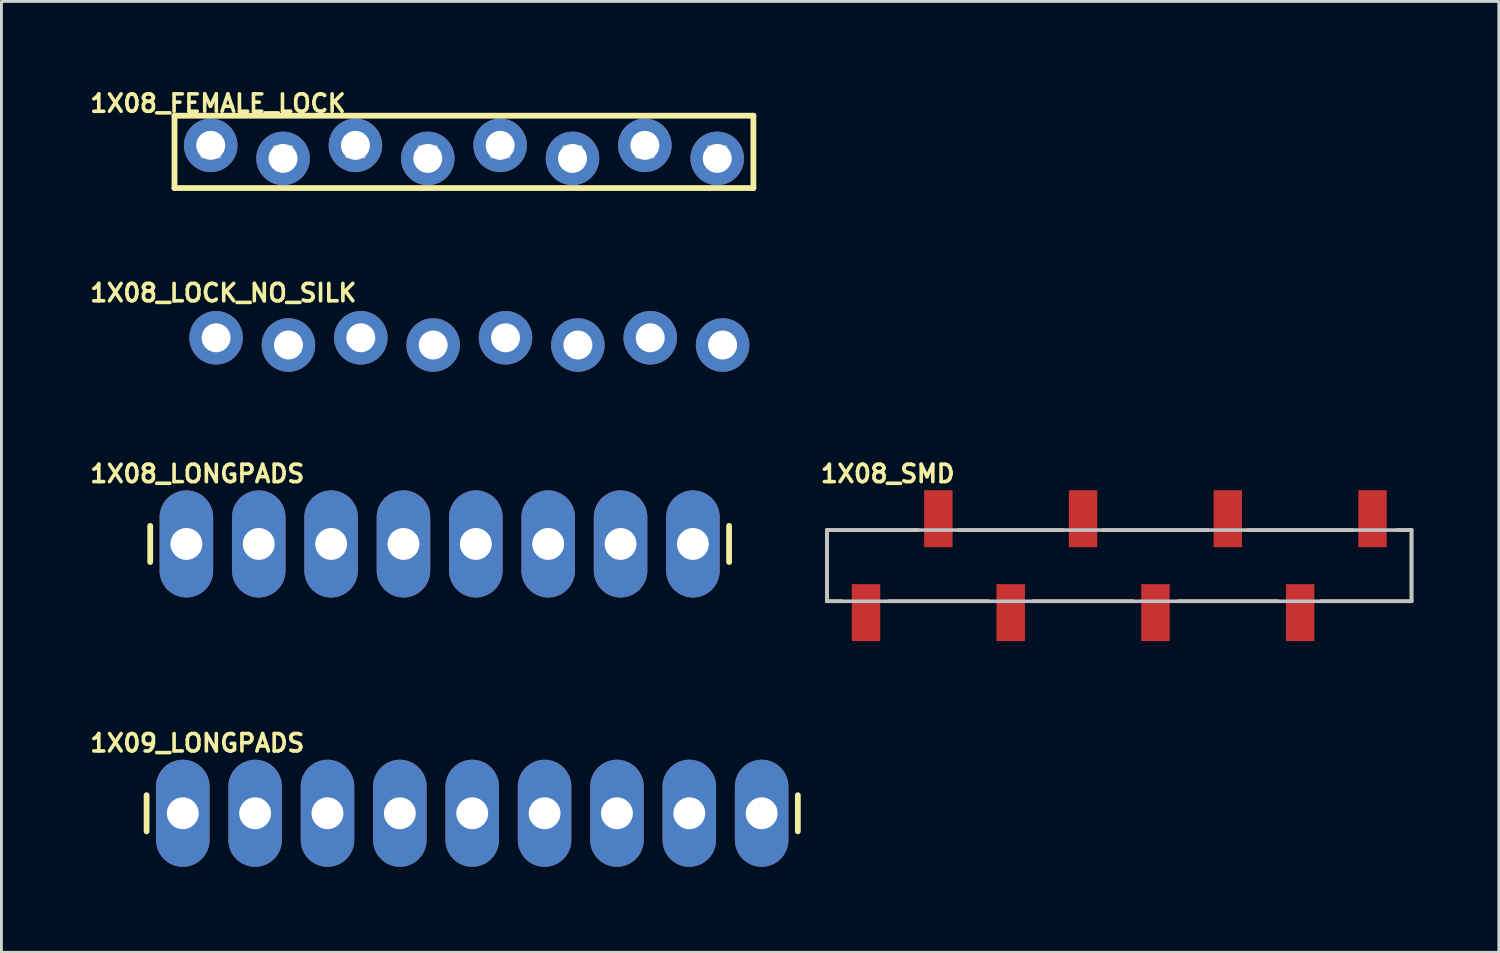
<source format=kicad_pcb>
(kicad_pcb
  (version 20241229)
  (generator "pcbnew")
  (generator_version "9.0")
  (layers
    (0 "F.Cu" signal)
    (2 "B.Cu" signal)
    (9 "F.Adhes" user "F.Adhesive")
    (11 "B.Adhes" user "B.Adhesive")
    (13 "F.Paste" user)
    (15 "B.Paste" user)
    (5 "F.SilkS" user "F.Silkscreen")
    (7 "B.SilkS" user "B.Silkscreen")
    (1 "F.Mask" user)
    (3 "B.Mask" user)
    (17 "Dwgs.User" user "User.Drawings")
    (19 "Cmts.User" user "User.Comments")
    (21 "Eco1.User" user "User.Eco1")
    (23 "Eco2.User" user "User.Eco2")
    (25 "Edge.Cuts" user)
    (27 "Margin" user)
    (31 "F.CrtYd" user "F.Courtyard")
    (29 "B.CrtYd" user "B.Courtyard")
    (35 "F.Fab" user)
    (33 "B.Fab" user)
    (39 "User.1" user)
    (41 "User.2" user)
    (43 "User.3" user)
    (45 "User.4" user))
  (footprint "1X08_FEMALE_LOCK"
    (layer "F.Cu")
    (at 4.346 2.281)
    (property "Reference" "1X08_FEMALE_LOCK" (at 0.254 -1.702 0) (layer "F.SilkS") (effects (font (size 0.61 0.61) (thickness 0.127))))
    (attr exclude_from_pos_files exclude_from_bom)
    (fp_line (start -1.27 -1.27) (end -1.27 1.27) (stroke (width 0.203) (type solid)) (layer "F.SilkS"))
    (fp_line (start -1.27 -1.27) (end 19.05 -1.27) (stroke (width 0.203) (type solid)) (layer "F.SilkS"))
    (fp_line (start 19.05 -1.27) (end 19.05 1.27) (stroke (width 0.203) (type solid)) (layer "F.SilkS"))
    (fp_line (start 19.05 1.27) (end -1.27 1.27) (stroke (width 0.203) (type solid)) (layer "F.SilkS"))
    (fp_line (start -0.318 -0.191) (end 0.318 -0.191) (stroke (width 0.066) (type solid)) (layer "Dwgs.User"))
    (fp_line (start -0.318 0.191) (end -0.318 -0.191) (stroke (width 0.066) (type solid)) (layer "Dwgs.User"))
    (fp_line (start -0.318 0.191) (end 0.318 0.191) (stroke (width 0.066) (type solid)) (layer "Dwgs.User"))
    (fp_line (start 0.318 0.191) (end 0.318 -0.191) (stroke (width 0.066) (type solid)) (layer "Dwgs.User"))
    (fp_line (start 2.223 -0.191) (end 2.857 -0.191) (stroke (width 0.066) (type solid)) (layer "Dwgs.User"))
    (fp_line (start 2.223 0.191) (end 2.223 -0.191) (stroke (width 0.066) (type solid)) (layer "Dwgs.User"))
    (fp_line (start 2.223 0.191) (end 2.857 0.191) (stroke (width 0.066) (type solid)) (layer "Dwgs.User"))
    (fp_line (start 2.857 0.191) (end 2.857 -0.191) (stroke (width 0.066) (type solid)) (layer "Dwgs.User"))
    (fp_line (start 4.763 -0.191) (end 5.397 -0.191) (stroke (width 0.066) (type solid)) (layer "Dwgs.User"))
    (fp_line (start 4.763 0.191) (end 4.763 -0.191) (stroke (width 0.066) (type solid)) (layer "Dwgs.User"))
    (fp_line (start 4.763 0.191) (end 5.397 0.191) (stroke (width 0.066) (type solid)) (layer "Dwgs.User"))
    (fp_line (start 5.397 0.191) (end 5.397 -0.191) (stroke (width 0.066) (type solid)) (layer "Dwgs.User"))
    (fp_line (start 7.303 -0.191) (end 7.938 -0.191) (stroke (width 0.066) (type solid)) (layer "Dwgs.User"))
    (fp_line (start 7.303 0.191) (end 7.303 -0.191) (stroke (width 0.066) (type solid)) (layer "Dwgs.User"))
    (fp_line (start 7.303 0.191) (end 7.938 0.191) (stroke (width 0.066) (type solid)) (layer "Dwgs.User"))
    (fp_line (start 7.938 0.191) (end 7.938 -0.191) (stroke (width 0.066) (type solid)) (layer "Dwgs.User"))
    (fp_line (start 9.842 -0.191) (end 10.477 -0.191) (stroke (width 0.066) (type solid)) (layer "Dwgs.User"))
    (fp_line (start 9.842 0.191) (end 9.842 -0.191) (stroke (width 0.066) (type solid)) (layer "Dwgs.User"))
    (fp_line (start 9.842 0.191) (end 10.477 0.191) (stroke (width 0.066) (type solid)) (layer "Dwgs.User"))
    (fp_line (start 10.477 0.191) (end 10.477 -0.191) (stroke (width 0.066) (type solid)) (layer "Dwgs.User"))
    (fp_line (start 12.383 -0.191) (end 13.018 -0.191) (stroke (width 0.066) (type solid)) (layer "Dwgs.User"))
    (fp_line (start 12.383 0.191) (end 12.383 -0.191) (stroke (width 0.066) (type solid)) (layer "Dwgs.User"))
    (fp_line (start 12.383 0.191) (end 13.018 0.191) (stroke (width 0.066) (type solid)) (layer "Dwgs.User"))
    (fp_line (start 13.018 0.191) (end 13.018 -0.191) (stroke (width 0.066) (type solid)) (layer "Dwgs.User"))
    (fp_line (start 14.922 -0.191) (end 15.557 -0.191) (stroke (width 0.066) (type solid)) (layer "Dwgs.User"))
    (fp_line (start 14.922 0.191) (end 14.922 -0.191) (stroke (width 0.066) (type solid)) (layer "Dwgs.User"))
    (fp_line (start 14.922 0.191) (end 15.557 0.191) (stroke (width 0.066) (type solid)) (layer "Dwgs.User"))
    (fp_line (start 15.557 0.191) (end 15.557 -0.191) (stroke (width 0.066) (type solid)) (layer "Dwgs.User"))
    (fp_line (start 17.462 -0.191) (end 18.098 -0.191) (stroke (width 0.066) (type solid)) (layer "Dwgs.User"))
    (fp_line (start 17.462 0.191) (end 17.462 -0.191) (stroke (width 0.066) (type solid)) (layer "Dwgs.User"))
    (fp_line (start 17.462 0.191) (end 18.098 0.191) (stroke (width 0.066) (type solid)) (layer "Dwgs.User"))
    (fp_line (start 18.098 0.191) (end 18.098 -0.191) (stroke (width 0.066) (type solid)) (layer "Dwgs.User"))
    (pad "1" thru_hole circle (at 0 -0.229) (size 1.88 1.88) (drill 1.016) (layers "*.Cu" "*.Paste" "*.Mask"))
    (pad "2" thru_hole circle (at 2.54 0.229) (size 1.88 1.88) (drill 1.016) (layers "*.Cu" "*.Paste" "*.Mask"))
    (pad "3" thru_hole circle (at 5.08 -0.229) (size 1.88 1.88) (drill 1.016) (layers "*.Cu" "*.Paste" "*.Mask"))
    (pad "4" thru_hole circle (at 7.62 0.229) (size 1.88 1.88) (drill 1.016) (layers "*.Cu" "*.Paste" "*.Mask"))
    (pad "5" thru_hole circle (at 10.16 -0.229) (size 1.88 1.88) (drill 1.016) (layers "*.Cu" "*.Paste" "*.Mask"))
    (pad "6" thru_hole circle (at 12.7 0.229) (size 1.88 1.88) (drill 1.016) (layers "*.Cu" "*.Paste" "*.Mask"))
    (pad "7" thru_hole circle (at 15.24 -0.229) (size 1.88 1.88) (drill 1.016) (layers "*.Cu" "*.Paste" "*.Mask"))
    (pad "8" thru_hole circle (at 17.78 0.229) (size 1.88 1.88) (drill 1.016) (layers "*.Cu" "*.Paste" "*.Mask")))
  (footprint "1X09_LONGPADS"
    (layer "F.Cu")
    (at 3.366 25.498)
    (property "Reference" "1X09_LONGPADS" (at 0.508 -2.464 0) (layer "F.SilkS") (effects (font (size 0.61 0.61) (thickness 0.127))))
    (attr exclude_from_pos_files exclude_from_bom)
    (fp_line (start -1.27 -0.635) (end -1.27 0.635) (stroke (width 0.203) (type solid)) (layer "F.SilkS"))
    (fp_line (start 21.59 -0.635) (end 21.59 0.635) (stroke (width 0.203) (type solid)) (layer "F.SilkS"))
    (fp_line (start -0.254 -0.254) (end 0.254 -0.254) (stroke (width 0.066) (type solid)) (layer "Dwgs.User"))
    (fp_line (start -0.254 0.254) (end -0.254 -0.254) (stroke (width 0.066) (type solid)) (layer "Dwgs.User"))
    (fp_line (start -0.254 0.254) (end 0.254 0.254) (stroke (width 0.066) (type solid)) (layer "Dwgs.User"))
    (fp_line (start 0.254 0.254) (end 0.254 -0.254) (stroke (width 0.066) (type solid)) (layer "Dwgs.User"))
    (fp_line (start 2.286 -0.254) (end 2.794 -0.254) (stroke (width 0.066) (type solid)) (layer "Dwgs.User"))
    (fp_line (start 2.286 0.254) (end 2.286 -0.254) (stroke (width 0.066) (type solid)) (layer "Dwgs.User"))
    (fp_line (start 2.286 0.254) (end 2.794 0.254) (stroke (width 0.066) (type solid)) (layer "Dwgs.User"))
    (fp_line (start 2.794 0.254) (end 2.794 -0.254) (stroke (width 0.066) (type solid)) (layer "Dwgs.User"))
    (fp_line (start 4.826 -0.254) (end 5.334 -0.254) (stroke (width 0.066) (type solid)) (layer "Dwgs.User"))
    (fp_line (start 4.826 0.254) (end 4.826 -0.254) (stroke (width 0.066) (type solid)) (layer "Dwgs.User"))
    (fp_line (start 4.826 0.254) (end 5.334 0.254) (stroke (width 0.066) (type solid)) (layer "Dwgs.User"))
    (fp_line (start 5.334 0.254) (end 5.334 -0.254) (stroke (width 0.066) (type solid)) (layer "Dwgs.User"))
    (fp_line (start 7.366 -0.254) (end 7.874 -0.254) (stroke (width 0.066) (type solid)) (layer "Dwgs.User"))
    (fp_line (start 7.366 0.254) (end 7.366 -0.254) (stroke (width 0.066) (type solid)) (layer "Dwgs.User"))
    (fp_line (start 7.366 0.254) (end 7.874 0.254) (stroke (width 0.066) (type solid)) (layer "Dwgs.User"))
    (fp_line (start 7.874 0.254) (end 7.874 -0.254) (stroke (width 0.066) (type solid)) (layer "Dwgs.User"))
    (fp_line (start 9.906 -0.254) (end 10.414 -0.254) (stroke (width 0.066) (type solid)) (layer "Dwgs.User"))
    (fp_line (start 9.906 0.254) (end 9.906 -0.254) (stroke (width 0.066) (type solid)) (layer "Dwgs.User"))
    (fp_line (start 9.906 0.254) (end 10.414 0.254) (stroke (width 0.066) (type solid)) (layer "Dwgs.User"))
    (fp_line (start 10.414 0.254) (end 10.414 -0.254) (stroke (width 0.066) (type solid)) (layer "Dwgs.User"))
    (fp_line (start 12.446 -0.254) (end 12.954 -0.254) (stroke (width 0.066) (type solid)) (layer "Dwgs.User"))
    (fp_line (start 12.446 0.254) (end 12.446 -0.254) (stroke (width 0.066) (type solid)) (layer "Dwgs.User"))
    (fp_line (start 12.446 0.254) (end 12.954 0.254) (stroke (width 0.066) (type solid)) (layer "Dwgs.User"))
    (fp_line (start 12.954 0.254) (end 12.954 -0.254) (stroke (width 0.066) (type solid)) (layer "Dwgs.User"))
    (fp_line (start 14.986 -0.254) (end 15.494 -0.254) (stroke (width 0.066) (type solid)) (layer "Dwgs.User"))
    (fp_line (start 14.986 0.254) (end 14.986 -0.254) (stroke (width 0.066) (type solid)) (layer "Dwgs.User"))
    (fp_line (start 14.986 0.254) (end 15.494 0.254) (stroke (width 0.066) (type solid)) (layer "Dwgs.User"))
    (fp_line (start 15.494 0.254) (end 15.494 -0.254) (stroke (width 0.066) (type solid)) (layer "Dwgs.User"))
    (fp_line (start 17.523 -0.254) (end 18.034 -0.254) (stroke (width 0.066) (type solid)) (layer "Dwgs.User"))
    (fp_line (start 17.523 0.254) (end 17.523 -0.254) (stroke (width 0.066) (type solid)) (layer "Dwgs.User"))
    (fp_line (start 17.523 0.254) (end 18.034 0.254) (stroke (width 0.066) (type solid)) (layer "Dwgs.User"))
    (fp_line (start 18.034 0.254) (end 18.034 -0.254) (stroke (width 0.066) (type solid)) (layer "Dwgs.User"))
    (fp_line (start 20.066 -0.254) (end 20.574 -0.254) (stroke (width 0.066) (type solid)) (layer "Dwgs.User"))
    (fp_line (start 20.066 0.254) (end 20.066 -0.254) (stroke (width 0.066) (type solid)) (layer "Dwgs.User"))
    (fp_line (start 20.066 0.254) (end 20.574 0.254) (stroke (width 0.066) (type solid)) (layer "Dwgs.User"))
    (fp_line (start 20.574 0.254) (end 20.574 -0.254) (stroke (width 0.066) (type solid)) (layer "Dwgs.User"))
    (pad "1" thru_hole oval (at 0 0 180) (size 1.88 3.759) (drill 1.118) (layers "*.Cu" "*.Paste" "*.Mask"))
    (pad "2" thru_hole oval (at 2.54 0 180) (size 1.88 3.759) (drill 1.118) (layers "*.Cu" "*.Paste" "*.Mask"))
    (pad "3" thru_hole oval (at 5.08 0 180) (size 1.88 3.759) (drill 1.118) (layers "*.Cu" "*.Paste" "*.Mask"))
    (pad "4" thru_hole oval (at 7.62 0 180) (size 1.88 3.759) (drill 1.118) (layers "*.Cu" "*.Paste" "*.Mask"))
    (pad "5" thru_hole oval (at 10.16 0 180) (size 1.88 3.759) (drill 1.118) (layers "*.Cu" "*.Paste" "*.Mask"))
    (pad "6" thru_hole oval (at 12.7 0 180) (size 1.88 3.759) (drill 1.118) (layers "*.Cu" "*.Paste" "*.Mask"))
    (pad "7" thru_hole oval (at 15.24 0 180) (size 1.88 3.759) (drill 1.118) (layers "*.Cu" "*.Paste" "*.Mask"))
    (pad "8" thru_hole oval (at 17.78 0 180) (size 1.88 3.759) (drill 1.118) (layers "*.Cu" "*.Paste" "*.Mask"))
    (pad "9" thru_hole oval (at 20.32 0 180) (size 1.88 3.759) (drill 1.118) (layers "*.Cu" "*.Paste" "*.Mask")))
  (footprint "1X08_LONGPADS"
    (layer "F.Cu")
    (at 3.493 16.044)
    (property "Reference" "1X08_LONGPADS" (at 0.381 -2.464 0) (layer "F.SilkS") (effects (font (size 0.61 0.61) (thickness 0.127))))
    (attr exclude_from_pos_files exclude_from_bom)
    (fp_line (start -1.27 -0.635) (end -1.27 0.635) (stroke (width 0.203) (type solid)) (layer "F.SilkS"))
    (fp_line (start 19.05 -0.635) (end 19.05 0.635) (stroke (width 0.203) (type solid)) (layer "F.SilkS"))
    (fp_line (start -0.254 -0.254) (end 0.254 -0.254) (stroke (width 0.066) (type solid)) (layer "Dwgs.User"))
    (fp_line (start -0.254 0.254) (end -0.254 -0.254) (stroke (width 0.066) (type solid)) (layer "Dwgs.User"))
    (fp_line (start -0.254 0.254) (end 0.254 0.254) (stroke (width 0.066) (type solid)) (layer "Dwgs.User"))
    (fp_line (start 0.254 0.254) (end 0.254 -0.254) (stroke (width 0.066) (type solid)) (layer "Dwgs.User"))
    (fp_line (start 2.286 -0.254) (end 2.794 -0.254) (stroke (width 0.066) (type solid)) (layer "Dwgs.User"))
    (fp_line (start 2.286 0.254) (end 2.286 -0.254) (stroke (width 0.066) (type solid)) (layer "Dwgs.User"))
    (fp_line (start 2.286 0.254) (end 2.794 0.254) (stroke (width 0.066) (type solid)) (layer "Dwgs.User"))
    (fp_line (start 2.794 0.254) (end 2.794 -0.254) (stroke (width 0.066) (type solid)) (layer "Dwgs.User"))
    (fp_line (start 4.826 -0.254) (end 5.334 -0.254) (stroke (width 0.066) (type solid)) (layer "Dwgs.User"))
    (fp_line (start 4.826 0.254) (end 4.826 -0.254) (stroke (width 0.066) (type solid)) (layer "Dwgs.User"))
    (fp_line (start 4.826 0.254) (end 5.334 0.254) (stroke (width 0.066) (type solid)) (layer "Dwgs.User"))
    (fp_line (start 5.334 0.254) (end 5.334 -0.254) (stroke (width 0.066) (type solid)) (layer "Dwgs.User"))
    (fp_line (start 7.366 -0.254) (end 7.874 -0.254) (stroke (width 0.066) (type solid)) (layer "Dwgs.User"))
    (fp_line (start 7.366 0.254) (end 7.366 -0.254) (stroke (width 0.066) (type solid)) (layer "Dwgs.User"))
    (fp_line (start 7.366 0.254) (end 7.874 0.254) (stroke (width 0.066) (type solid)) (layer "Dwgs.User"))
    (fp_line (start 7.874 0.254) (end 7.874 -0.254) (stroke (width 0.066) (type solid)) (layer "Dwgs.User"))
    (fp_line (start 9.906 -0.254) (end 10.414 -0.254) (stroke (width 0.066) (type solid)) (layer "Dwgs.User"))
    (fp_line (start 9.906 0.254) (end 9.906 -0.254) (stroke (width 0.066) (type solid)) (layer "Dwgs.User"))
    (fp_line (start 9.906 0.254) (end 10.414 0.254) (stroke (width 0.066) (type solid)) (layer "Dwgs.User"))
    (fp_line (start 10.414 0.254) (end 10.414 -0.254) (stroke (width 0.066) (type solid)) (layer "Dwgs.User"))
    (fp_line (start 12.446 -0.254) (end 12.954 -0.254) (stroke (width 0.066) (type solid)) (layer "Dwgs.User"))
    (fp_line (start 12.446 0.254) (end 12.446 -0.254) (stroke (width 0.066) (type solid)) (layer "Dwgs.User"))
    (fp_line (start 12.446 0.254) (end 12.954 0.254) (stroke (width 0.066) (type solid)) (layer "Dwgs.User"))
    (fp_line (start 12.954 0.254) (end 12.954 -0.254) (stroke (width 0.066) (type solid)) (layer "Dwgs.User"))
    (fp_line (start 14.986 -0.254) (end 15.494 -0.254) (stroke (width 0.066) (type solid)) (layer "Dwgs.User"))
    (fp_line (start 14.986 0.254) (end 14.986 -0.254) (stroke (width 0.066) (type solid)) (layer "Dwgs.User"))
    (fp_line (start 14.986 0.254) (end 15.494 0.254) (stroke (width 0.066) (type solid)) (layer "Dwgs.User"))
    (fp_line (start 15.494 0.254) (end 15.494 -0.254) (stroke (width 0.066) (type solid)) (layer "Dwgs.User"))
    (fp_line (start 17.523 -0.254) (end 18.034 -0.254) (stroke (width 0.066) (type solid)) (layer "Dwgs.User"))
    (fp_line (start 17.523 0.254) (end 17.523 -0.254) (stroke (width 0.066) (type solid)) (layer "Dwgs.User"))
    (fp_line (start 17.523 0.254) (end 18.034 0.254) (stroke (width 0.066) (type solid)) (layer "Dwgs.User"))
    (fp_line (start 18.034 0.254) (end 18.034 -0.254) (stroke (width 0.066) (type solid)) (layer "Dwgs.User"))
    (pad "1" thru_hole oval (at 0 0 180) (size 1.88 3.759) (drill 1.118) (layers "*.Cu" "*.Paste" "*.Mask"))
    (pad "2" thru_hole oval (at 2.54 0 180) (size 1.88 3.759) (drill 1.118) (layers "*.Cu" "*.Paste" "*.Mask"))
    (pad "3" thru_hole oval (at 5.08 0 180) (size 1.88 3.759) (drill 1.118) (layers "*.Cu" "*.Paste" "*.Mask"))
    (pad "4" thru_hole oval (at 7.62 0 180) (size 1.88 3.759) (drill 1.118) (layers "*.Cu" "*.Paste" "*.Mask"))
    (pad "5" thru_hole oval (at 10.16 0 180) (size 1.88 3.759) (drill 1.118) (layers "*.Cu" "*.Paste" "*.Mask"))
    (pad "6" thru_hole oval (at 12.7 0 180) (size 1.88 3.759) (drill 1.118) (layers "*.Cu" "*.Paste" "*.Mask"))
    (pad "7" thru_hole oval (at 15.24 0 180) (size 1.88 3.759) (drill 1.118) (layers "*.Cu" "*.Paste" "*.Mask"))
    (pad "8" thru_hole oval (at 17.78 0 180) (size 1.88 3.759) (drill 1.118) (layers "*.Cu" "*.Paste" "*.Mask")))
  (footprint "1X08_LOCK_NO_SILK"
    (layer "F.Cu")
    (at 4.535 8.934)
    (property "Reference" "1X08_LOCK_NO_SILK" (at 0.254 -1.702 0) (layer "F.SilkS") (effects (font (size 0.61 0.61) (thickness 0.127))))
    (attr exclude_from_pos_files exclude_from_bom)
    (fp_line (start -0.254 -0.254) (end 0.254 -0.254) (stroke (width 0.066) (type solid)) (layer "Dwgs.User"))
    (fp_line (start -0.254 0.254) (end -0.254 -0.254) (stroke (width 0.066) (type solid)) (layer "Dwgs.User"))
    (fp_line (start -0.254 0.254) (end 0.254 0.254) (stroke (width 0.066) (type solid)) (layer "Dwgs.User"))
    (fp_line (start 0.254 0.254) (end 0.254 -0.254) (stroke (width 0.066) (type solid)) (layer "Dwgs.User"))
    (fp_line (start 2.286 -0.254) (end 2.794 -0.254) (stroke (width 0.066) (type solid)) (layer "Dwgs.User"))
    (fp_line (start 2.286 0.254) (end 2.286 -0.254) (stroke (width 0.066) (type solid)) (layer "Dwgs.User"))
    (fp_line (start 2.286 0.254) (end 2.794 0.254) (stroke (width 0.066) (type solid)) (layer "Dwgs.User"))
    (fp_line (start 2.794 0.254) (end 2.794 -0.254) (stroke (width 0.066) (type solid)) (layer "Dwgs.User"))
    (fp_line (start 4.826 -0.254) (end 5.334 -0.254) (stroke (width 0.066) (type solid)) (layer "Dwgs.User"))
    (fp_line (start 4.826 0.254) (end 4.826 -0.254) (stroke (width 0.066) (type solid)) (layer "Dwgs.User"))
    (fp_line (start 4.826 0.254) (end 5.334 0.254) (stroke (width 0.066) (type solid)) (layer "Dwgs.User"))
    (fp_line (start 5.334 0.254) (end 5.334 -0.254) (stroke (width 0.066) (type solid)) (layer "Dwgs.User"))
    (fp_line (start 7.366 -0.254) (end 7.874 -0.254) (stroke (width 0.066) (type solid)) (layer "Dwgs.User"))
    (fp_line (start 7.366 0.254) (end 7.366 -0.254) (stroke (width 0.066) (type solid)) (layer "Dwgs.User"))
    (fp_line (start 7.366 0.254) (end 7.874 0.254) (stroke (width 0.066) (type solid)) (layer "Dwgs.User"))
    (fp_line (start 7.874 0.254) (end 7.874 -0.254) (stroke (width 0.066) (type solid)) (layer "Dwgs.User"))
    (fp_line (start 9.906 -0.254) (end 10.414 -0.254) (stroke (width 0.066) (type solid)) (layer "Dwgs.User"))
    (fp_line (start 9.906 0.254) (end 9.906 -0.254) (stroke (width 0.066) (type solid)) (layer "Dwgs.User"))
    (fp_line (start 9.906 0.254) (end 10.414 0.254) (stroke (width 0.066) (type solid)) (layer "Dwgs.User"))
    (fp_line (start 10.414 0.254) (end 10.414 -0.254) (stroke (width 0.066) (type solid)) (layer "Dwgs.User"))
    (fp_line (start 12.446 -0.254) (end 12.954 -0.254) (stroke (width 0.066) (type solid)) (layer "Dwgs.User"))
    (fp_line (start 12.446 0.254) (end 12.446 -0.254) (stroke (width 0.066) (type solid)) (layer "Dwgs.User"))
    (fp_line (start 12.446 0.254) (end 12.954 0.254) (stroke (width 0.066) (type solid)) (layer "Dwgs.User"))
    (fp_line (start 12.954 0.254) (end 12.954 -0.254) (stroke (width 0.066) (type solid)) (layer "Dwgs.User"))
    (fp_line (start 14.986 -0.254) (end 15.494 -0.254) (stroke (width 0.066) (type solid)) (layer "Dwgs.User"))
    (fp_line (start 14.986 0.254) (end 14.986 -0.254) (stroke (width 0.066) (type solid)) (layer "Dwgs.User"))
    (fp_line (start 14.986 0.254) (end 15.494 0.254) (stroke (width 0.066) (type solid)) (layer "Dwgs.User"))
    (fp_line (start 15.494 0.254) (end 15.494 -0.254) (stroke (width 0.066) (type solid)) (layer "Dwgs.User"))
    (fp_line (start 17.523 -0.254) (end 18.034 -0.254) (stroke (width 0.066) (type solid)) (layer "Dwgs.User"))
    (fp_line (start 17.523 0.254) (end 17.523 -0.254) (stroke (width 0.066) (type solid)) (layer "Dwgs.User"))
    (fp_line (start 17.523 0.254) (end 18.034 0.254) (stroke (width 0.066) (type solid)) (layer "Dwgs.User"))
    (fp_line (start 18.034 0.254) (end 18.034 -0.254) (stroke (width 0.066) (type solid)) (layer "Dwgs.User"))
    (pad "1" thru_hole circle (at 0 -0.127) (size 1.88 1.88) (drill 1.016) (layers "*.Cu" "*.Paste" "*.Mask"))
    (pad "2" thru_hole circle (at 2.54 0.127) (size 1.88 1.88) (drill 1.016) (layers "*.Cu" "*.Paste" "*.Mask"))
    (pad "3" thru_hole circle (at 5.08 -0.127) (size 1.88 1.88) (drill 1.016) (layers "*.Cu" "*.Paste" "*.Mask"))
    (pad "4" thru_hole circle (at 7.62 0.127) (size 1.88 1.88) (drill 1.016) (layers "*.Cu" "*.Paste" "*.Mask"))
    (pad "5" thru_hole circle (at 10.16 -0.127) (size 1.88 1.88) (drill 1.016) (layers "*.Cu" "*.Paste" "*.Mask"))
    (pad "6" thru_hole circle (at 12.7 0.127) (size 1.88 1.88) (drill 1.016) (layers "*.Cu" "*.Paste" "*.Mask"))
    (pad "7" thru_hole circle (at 15.24 -0.127) (size 1.88 1.88) (drill 1.016) (layers "*.Cu" "*.Paste" "*.Mask"))
    (pad "8" thru_hole circle (at 17.78 0.127) (size 1.88 1.88) (drill 1.016) (layers "*.Cu" "*.Paste" "*.Mask")))
  (footprint "1X08_SMD"
    (layer "F.Cu")
    (at 45.129 16.806)
    (property "Reference" "1X08_SMD" (at -17.018 -3.226 0) (layer "F.SilkS") (effects (font (size 0.61 0.61) (thickness 0.127))))
    (attr smd)
    (fp_line (start -19.149 -1.25) (end -15.961 -1.25) (stroke (width 0.127) (type solid)) (layer "F.SilkS"))
    (fp_line (start -19.149 1.25) (end -19.149 -1.25) (stroke (width 0.127) (type solid)) (layer "F.SilkS"))
    (fp_line (start -18.628 1.25) (end -19.149 1.25) (stroke (width 0.127) (type solid)) (layer "F.SilkS"))
    (fp_line (start -14.536 -1.25) (end -10.861 -1.25) (stroke (width 0.127) (type solid)) (layer "F.SilkS"))
    (fp_line (start -13.487 1.25) (end -16.99 1.25) (stroke (width 0.127) (type solid)) (layer "F.SilkS"))
    (fp_line (start -9.456 -1.25) (end -5.781 -1.25) (stroke (width 0.127) (type solid)) (layer "F.SilkS"))
    (fp_line (start -8.407 1.25) (end -11.91 1.25) (stroke (width 0.127) (type solid)) (layer "F.SilkS"))
    (fp_line (start -4.376 -1.25) (end -0.701 -1.25) (stroke (width 0.127) (type solid)) (layer "F.SilkS"))
    (fp_line (start -3.327 1.25) (end -6.83 1.25) (stroke (width 0.127) (type solid)) (layer "F.SilkS"))
    (fp_line (start 0.848 -1.25) (end 1.369 -1.25) (stroke (width 0.127) (type solid)) (layer "F.SilkS"))
    (fp_line (start 1.369 -1.25) (end 1.369 1.25) (stroke (width 0.127) (type solid)) (layer "F.SilkS"))
    (fp_line (start 1.369 1.25) (end -1.816 1.25) (stroke (width 0.127) (type solid)) (layer "F.SilkS"))
    (fp_line (start -19.149 -1.25) (end -19.149 1.25) (stroke (width 0.127) (type solid)) (layer "Dwgs.User"))
    (fp_line (start -19.149 1.25) (end 1.369 1.25) (stroke (width 0.127) (type solid)) (layer "Dwgs.User"))
    (fp_line (start 1.369 -1.25) (end -19.149 -1.25) (stroke (width 0.127) (type solid)) (layer "Dwgs.User"))
    (fp_line (start 1.369 1.25) (end 1.369 -1.25) (stroke (width 0.127) (type solid)) (layer "Dwgs.User"))
    (pad "1" smd rect (at 0 -1.648 90) (size 1.999 0.998) (layers "F.Cu" "F.Mask" "F.Paste"))
    (pad "2" smd rect (at -2.54 1.648 90) (size 1.999 0.998) (layers "F.Cu" "F.Mask" "F.Paste"))
    (pad "3" smd rect (at -5.08 -1.648 90) (size 1.999 0.998) (layers "F.Cu" "F.Mask" "F.Paste"))
    (pad "4" smd rect (at -7.62 1.648 90) (size 1.999 0.998) (layers "F.Cu" "F.Mask" "F.Paste"))
    (pad "5" smd rect (at -10.16 -1.648 90) (size 1.999 0.998) (layers "F.Cu" "F.Mask" "F.Paste"))
    (pad "6" smd rect (at -12.7 1.648 90) (size 1.999 0.998) (layers "F.Cu" "F.Mask" "F.Paste"))
    (pad "7" smd rect (at -15.24 -1.648 90) (size 1.999 0.998) (layers "F.Cu" "F.Mask" "F.Paste"))
    (pad "8" smd rect (at -17.78 1.648 90) (size 1.999 0.998) (layers "F.Cu" "F.Mask" "F.Paste")))
  (gr_rect
    (start -3 -3)
    (end 49.562 30.377)
    (stroke (width 0.1) (type default))
    (fill no)
    (layer "Edge.Cuts")))
</source>
